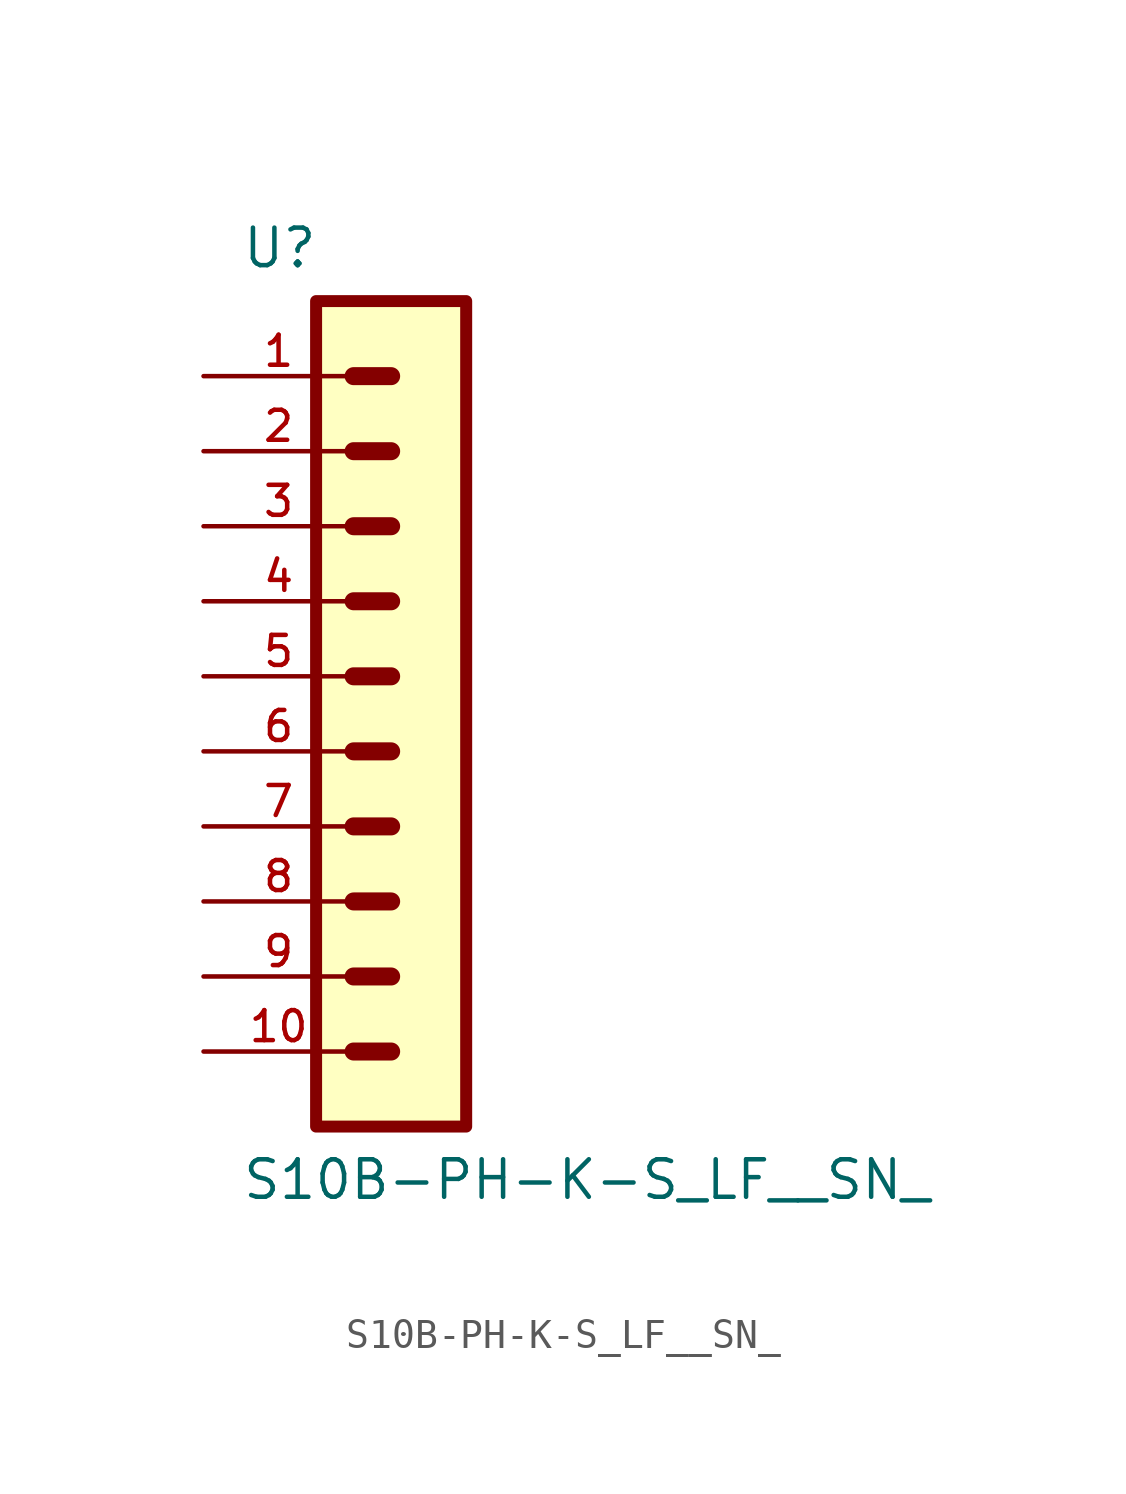
<source format=kicad_sym>
(kicad_symbol_lib
  (version 20211014)
  (generator kicad_symbol_editor)
  (symbol "S10B-PH-K-S_LF__SN_"
    (pin_names
      (offset 1.016))
    (property "Reference" "U"
      (at -3.81 16.51 0.0)
      (effects (font (size 1.27 1.27)) (justify top left)))
    (property "Value" "S10B-PH-K-S_LF__SN_"
      (at -3.81 -16.51 0)
      (effects (font (size 1.27 1.27)) (justify bottom left)))
    (symbol "S10B-PH-K-S_LF__SN__0_0"
      (polyline (pts (xy 0.0 1.27) (xy 1.27 1.27)) (stroke (width 0.61)))
      (polyline (pts (xy 0.0 3.81) (xy 1.27 3.81)) (stroke (width 0.61)))
      (polyline (pts (xy 0.0 6.35) (xy 1.27 6.35)) (stroke (width 0.61)))
      (polyline (pts (xy 0.0 8.89) (xy 1.27 8.89)) (stroke (width 0.61)))
      (polyline (pts (xy 0.0 11.43) (xy 1.27 11.43)) (stroke (width 0.61)))
      (polyline (pts (xy 0.0 -1.27) (xy 1.27 -1.27)) (stroke (width 0.61)))
      (polyline (pts (xy 0.0 -3.81) (xy 1.27 -3.81)) (stroke (width 0.61)))
      (polyline (pts (xy 0.0 -6.35) (xy 1.27 -6.35)) (stroke (width 0.61)))
      (polyline (pts (xy 0.0 -8.89) (xy 1.27 -8.89)) (stroke (width 0.61)))
      (polyline (pts (xy 0.0 -11.43) (xy 1.27 -11.43)) (stroke (width 0.61)))
      (rectangle (start -1.27 -13.97) (end 3.81 13.97) (stroke (width 0.406)) (fill (type background)))
      (pin bidirectional line (at -5.08 11.43 0) (length 5.08) (name "~" (effects (font (size 1.016 1.016)))) (number "1" (effects (font (size 1.016 1.016)))))
      (pin bidirectional line (at -5.08 8.89 0) (length 5.08) (name "~" (effects (font (size 1.016 1.016)))) (number "2" (effects (font (size 1.016 1.016)))))
      (pin bidirectional line (at -5.08 6.35 0) (length 5.08) (name "~" (effects (font (size 1.016 1.016)))) (number "3" (effects (font (size 1.016 1.016)))))
      (pin bidirectional line (at -5.08 3.81 0) (length 5.08) (name "~" (effects (font (size 1.016 1.016)))) (number "4" (effects (font (size 1.016 1.016)))))
      (pin bidirectional line (at -5.08 1.27 0) (length 5.08) (name "~" (effects (font (size 1.016 1.016)))) (number "5" (effects (font (size 1.016 1.016)))))
      (pin bidirectional line (at -5.08 -1.27 0) (length 5.08) (name "~" (effects (font (size 1.016 1.016)))) (number "6" (effects (font (size 1.016 1.016)))))
      (pin bidirectional line (at -5.08 -3.81 0) (length 5.08) (name "~" (effects (font (size 1.016 1.016)))) (number "7" (effects (font (size 1.016 1.016)))))
      (pin bidirectional line (at -5.08 -6.35 0) (length 5.08) (name "~" (effects (font (size 1.016 1.016)))) (number "8" (effects (font (size 1.016 1.016)))))
      (pin bidirectional line (at -5.08 -8.89 0) (length 5.08) (name "~" (effects (font (size 1.016 1.016)))) (number "9" (effects (font (size 1.016 1.016)))))
      (pin bidirectional line (at -5.08 -11.43 0) (length 5.08) (name "~" (effects (font (size 1.016 1.016)))) (number "10" (effects (font (size 1.016 1.016))))))))
</source>
